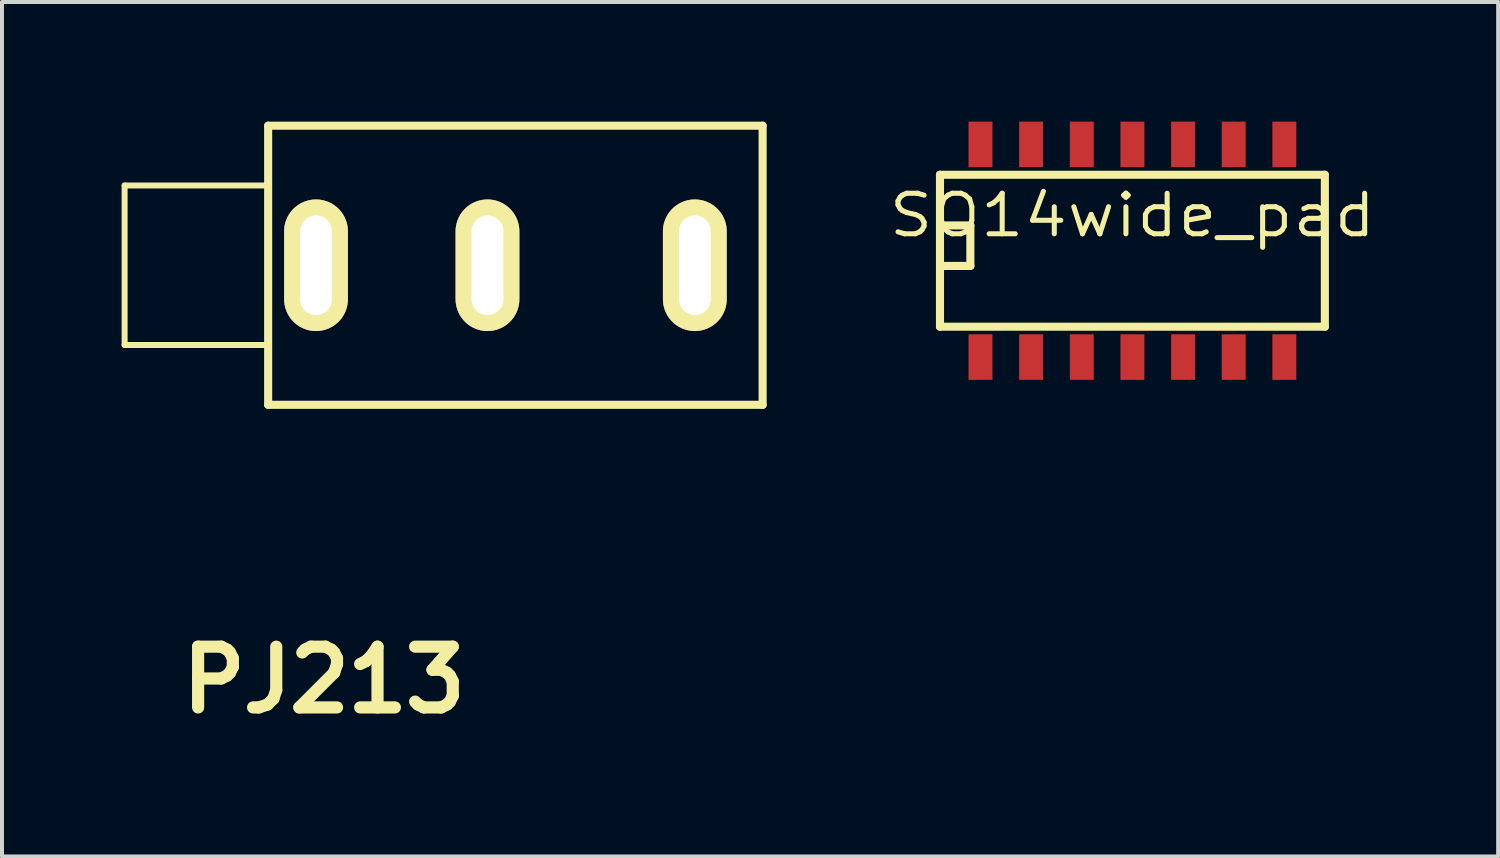
<source format=kicad_pcb>
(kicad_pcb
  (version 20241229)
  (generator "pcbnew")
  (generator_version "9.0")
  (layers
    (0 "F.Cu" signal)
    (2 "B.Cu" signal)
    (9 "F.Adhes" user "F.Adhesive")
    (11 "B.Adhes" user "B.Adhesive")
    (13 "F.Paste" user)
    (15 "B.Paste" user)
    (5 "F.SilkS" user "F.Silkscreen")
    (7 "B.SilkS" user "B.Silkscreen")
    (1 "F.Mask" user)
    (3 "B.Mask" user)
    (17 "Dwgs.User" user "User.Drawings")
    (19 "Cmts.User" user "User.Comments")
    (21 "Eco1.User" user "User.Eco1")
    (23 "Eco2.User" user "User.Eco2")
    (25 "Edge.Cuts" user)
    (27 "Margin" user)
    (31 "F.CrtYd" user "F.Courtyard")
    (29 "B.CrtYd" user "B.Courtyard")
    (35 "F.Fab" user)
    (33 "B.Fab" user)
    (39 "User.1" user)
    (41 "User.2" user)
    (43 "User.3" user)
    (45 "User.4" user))
  (footprint "PJ213"
    (layer "F.Cu")
    (at 3.675 3.602)
    (property "Reference" "PJ213" (at 1.4 10.4 0) (layer "F.SilkS") (effects (font (size 1.524 1.524) (thickness 0.305))))
    (attr through_hole)
    (fp_line (start -3.6 -2) (end -3.6 2) (stroke (width 0.15) (type solid)) (layer "F.SilkS"))
    (fp_line (start -3.6 -2) (end 0 -2) (stroke (width 0.15) (type solid)) (layer "F.SilkS"))
    (fp_line (start -3.6 2) (end 0 2) (stroke (width 0.15) (type solid)) (layer "F.SilkS"))
    (fp_line (start 0 -3.5) (end 12.4 -3.5) (stroke (width 0.203) (type solid)) (layer "F.SilkS"))
    (fp_line (start 0 3.5) (end 0 -3.5) (stroke (width 0.203) (type solid)) (layer "F.SilkS"))
    (fp_line (start 12.4 -3.5) (end 12.4 3.5) (stroke (width 0.203) (type solid)) (layer "F.SilkS"))
    (fp_line (start 12.4 3.5) (end 0 3.5) (stroke (width 0.203) (type solid)) (layer "F.SilkS"))
    (pad "1" thru_hole oval (at 1.2 0) (size 1.6 3.3) (drill oval 0.8 2.5) (layers "*.Cu" "*.Mask" "F.SilkS"))
    (pad "2" thru_hole oval (at 5.5 0) (size 1.6 3.3) (drill oval 0.8 2.5) (layers "*.Cu" "*.Mask" "F.SilkS"))
    (pad "3" thru_hole oval (at 10.7 0) (size 1.6 3.3) (drill oval 0.8 2.5) (layers "*.Cu" "*.Mask" "F.SilkS")))
  (footprint "SO14wide_pad"
    (layer "F.Cu")
    (at 25.349 3.111)
    (property "Reference" "SO14wide_pad" (at 0 -0.762 0) (layer "F.SilkS") (effects (font (size 1.016 1.143) (thickness 0.127))))
    (attr smd)
    (fp_line (start -4.826 -1.778) (end 4.826 -1.778) (stroke (width 0.203) (type solid)) (layer "F.SilkS"))
    (fp_line (start -4.826 -0.508) (end -4.064 -0.508) (stroke (width 0.203) (type solid)) (layer "F.SilkS"))
    (fp_line (start -4.826 2.032) (end -4.826 -1.778) (stroke (width 0.203) (type solid)) (layer "F.SilkS"))
    (fp_line (start -4.064 -0.508) (end -4.064 0.508) (stroke (width 0.203) (type solid)) (layer "F.SilkS"))
    (fp_line (start -4.064 0.508) (end -4.826 0.508) (stroke (width 0.203) (type solid)) (layer "F.SilkS"))
    (fp_line (start 4.826 -1.778) (end 4.826 2.032) (stroke (width 0.203) (type solid)) (layer "F.SilkS"))
    (fp_line (start 4.826 2.032) (end -4.826 2.032) (stroke (width 0.203) (type solid)) (layer "F.SilkS"))
    (pad "1" smd rect (at -3.81 2.794) (size 0.6 1.143) (layers "F.Cu" "F.Mask" "F.Paste"))
    (pad "2" smd rect (at -2.54 2.794) (size 0.6 1.143) (layers "F.Cu" "F.Mask" "F.Paste"))
    (pad "3" smd rect (at -1.27 2.794) (size 0.6 1.143) (layers "F.Cu" "F.Mask" "F.Paste"))
    (pad "4" smd rect (at 0 2.794) (size 0.6 1.143) (layers "F.Cu" "F.Mask" "F.Paste"))
    (pad "5" smd rect (at 1.27 2.794) (size 0.6 1.143) (layers "F.Cu" "F.Mask" "F.Paste"))
    (pad "6" smd rect (at 2.54 2.794) (size 0.6 1.143) (layers "F.Cu" "F.Mask" "F.Paste"))
    (pad "7" smd rect (at 3.81 2.794) (size 0.6 1.143) (layers "F.Cu" "F.Mask" "F.Paste"))
    (pad "8" smd rect (at 3.81 -2.54) (size 0.6 1.143) (layers "F.Cu" "F.Mask" "F.Paste"))
    (pad "9" smd rect (at 2.54 -2.54) (size 0.6 1.143) (layers "F.Cu" "F.Mask" "F.Paste"))
    (pad "10" smd rect (at 1.27 -2.54) (size 0.6 1.143) (layers "F.Cu" "F.Mask" "F.Paste"))
    (pad "11" smd rect (at 0 -2.54) (size 0.6 1.143) (layers "F.Cu" "F.Mask" "F.Paste"))
    (pad "12" smd rect (at -1.27 -2.54) (size 0.6 1.143) (layers "F.Cu" "F.Mask" "F.Paste"))
    (pad "13" smd rect (at -2.54 -2.54) (size 0.6 1.143) (layers "F.Cu" "F.Mask" "F.Paste"))
    (pad "14" smd rect (at -3.81 -2.54) (size 0.6 1.143) (layers "F.Cu" "F.Mask" "F.Paste")))
  (gr_rect
    (start -3 -3)
    (end 34.521 18.428)
    (stroke (width 0.1) (type default))
    (fill no)
    (layer "Edge.Cuts")))
</source>
